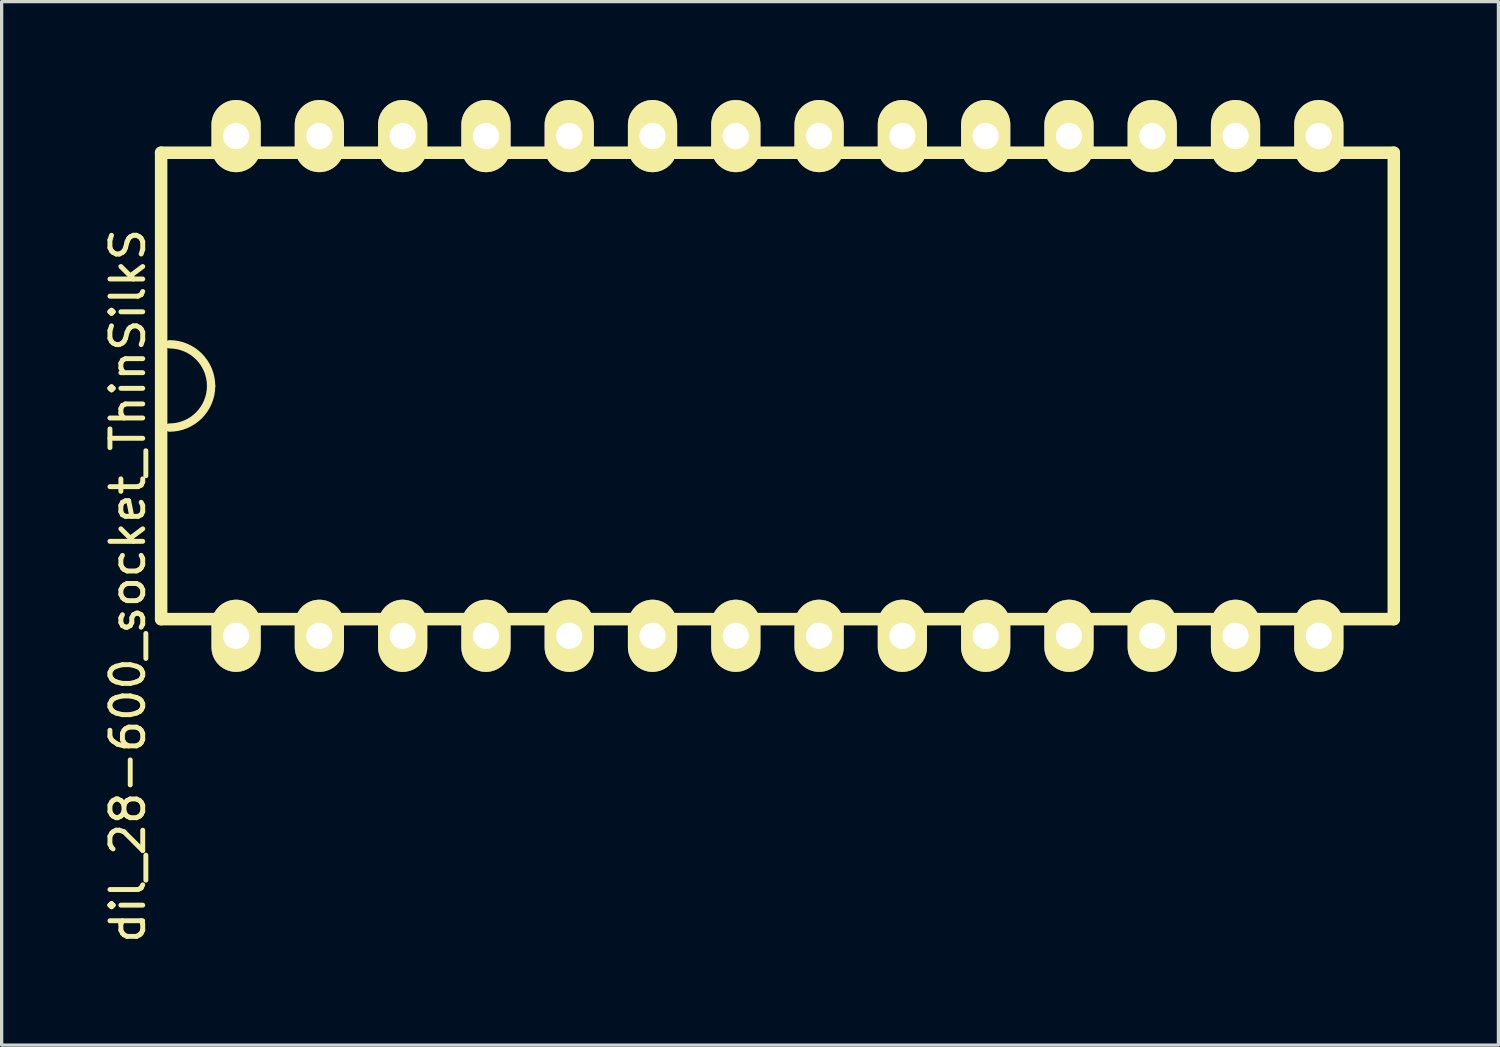
<source format=kicad_pcb>
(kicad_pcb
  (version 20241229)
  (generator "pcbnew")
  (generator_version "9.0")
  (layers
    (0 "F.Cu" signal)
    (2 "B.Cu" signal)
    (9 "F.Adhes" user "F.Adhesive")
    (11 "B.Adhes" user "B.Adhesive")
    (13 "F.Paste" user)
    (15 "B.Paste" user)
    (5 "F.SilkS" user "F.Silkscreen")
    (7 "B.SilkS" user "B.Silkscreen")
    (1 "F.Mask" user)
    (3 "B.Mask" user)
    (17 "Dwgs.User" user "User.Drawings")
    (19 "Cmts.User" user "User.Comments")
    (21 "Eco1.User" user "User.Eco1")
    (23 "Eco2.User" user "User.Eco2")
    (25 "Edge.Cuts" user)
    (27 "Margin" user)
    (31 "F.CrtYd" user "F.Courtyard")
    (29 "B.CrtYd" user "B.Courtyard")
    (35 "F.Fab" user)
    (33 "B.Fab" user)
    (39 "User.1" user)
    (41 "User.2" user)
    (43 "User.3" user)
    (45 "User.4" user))
  (footprint "dil_28-600_socket_ThinSilkS"
    (layer "F.Cu")
    (at 20.66 8.72)
    (property "Reference" "dil_28-600_socket_ThinSilkS" (at -19.812 6.096 90) (layer "F.SilkS") (effects (font (size 1 1) (thickness 0.15))))
    (attr through_hole)
    (fp_line (start -18.796 -7.112) (end -18.796 7.112) (stroke (width 0.381) (type solid)) (layer "F.SilkS"))
    (fp_line (start 18.796 -7.112) (end -18.796 -7.112) (stroke (width 0.381) (type solid)) (layer "F.SilkS"))
    (fp_line (start 18.796 7.112) (end -18.796 7.112) (stroke (width 0.381) (type solid)) (layer "F.SilkS"))
    (fp_line (start 18.796 7.112) (end 18.796 -7.112) (stroke (width 0.381) (type solid)) (layer "F.SilkS"))
    (fp_arc (start -18.542 -1.27) (mid -17.643974 -0.898026) (end -17.272 0) (stroke (width 0.254) (type solid)) (layer "F.SilkS"))
    (fp_arc (start -17.272 0) (mid -17.643974 0.898026) (end -18.542 1.27) (stroke (width 0.254) (type solid)) (layer "F.SilkS"))
    (pad "1" thru_hole oval (at -16.51 7.62) (size 1.501 2.2) (drill 0.8) (layers "*.Cu" "*.Mask" "F.SilkS"))
    (pad "2" thru_hole oval (at -13.97 7.62) (size 1.501 2.2) (drill 0.8) (layers "*.Cu" "*.Mask" "F.SilkS"))
    (pad "3" thru_hole oval (at -11.43 7.62) (size 1.501 2.2) (drill 0.8) (layers "*.Cu" "*.Mask" "F.SilkS"))
    (pad "4" thru_hole oval (at -8.89 7.62) (size 1.501 2.2) (drill 0.8) (layers "*.Cu" "*.Mask" "F.SilkS"))
    (pad "5" thru_hole oval (at -6.35 7.62) (size 1.501 2.2) (drill 0.8) (layers "*.Cu" "*.Mask" "F.SilkS"))
    (pad "6" thru_hole oval (at -3.81 7.62) (size 1.501 2.2) (drill 0.8) (layers "*.Cu" "*.Mask" "F.SilkS"))
    (pad "7" thru_hole oval (at -1.27 7.62) (size 1.501 2.2) (drill 0.8) (layers "*.Cu" "*.Mask" "F.SilkS"))
    (pad "8" thru_hole oval (at 1.27 7.62) (size 1.501 2.2) (drill 0.8) (layers "*.Cu" "*.Mask" "F.SilkS"))
    (pad "9" thru_hole oval (at 3.81 7.62) (size 1.501 2.2) (drill 0.8) (layers "*.Cu" "*.Mask" "F.SilkS"))
    (pad "10" thru_hole oval (at 6.35 7.62) (size 1.501 2.2) (drill 0.8) (layers "*.Cu" "*.Mask" "F.SilkS"))
    (pad "11" thru_hole oval (at 8.89 7.62) (size 1.501 2.2) (drill 0.8) (layers "*.Cu" "*.Mask" "F.SilkS"))
    (pad "12" thru_hole oval (at 11.43 7.62) (size 1.501 2.2) (drill 0.8) (layers "*.Cu" "*.Mask" "F.SilkS"))
    (pad "13" thru_hole oval (at 13.97 7.62) (size 1.501 2.2) (drill 0.8) (layers "*.Cu" "*.Mask" "F.SilkS"))
    (pad "14" thru_hole oval (at 16.51 7.62) (size 1.501 2.2) (drill 0.8) (layers "*.Cu" "*.Mask" "F.SilkS"))
    (pad "15" thru_hole oval (at 16.51 -7.62) (size 1.501 2.2) (drill 0.8) (layers "*.Cu" "*.Mask" "F.SilkS"))
    (pad "16" thru_hole oval (at 13.97 -7.62) (size 1.501 2.2) (drill 0.8) (layers "*.Cu" "*.Mask" "F.SilkS"))
    (pad "17" thru_hole oval (at 11.43 -7.62) (size 1.501 2.2) (drill 0.8) (layers "*.Cu" "*.Mask" "F.SilkS"))
    (pad "18" thru_hole oval (at 8.89 -7.62) (size 1.501 2.2) (drill 0.8) (layers "*.Cu" "*.Mask" "F.SilkS"))
    (pad "19" thru_hole oval (at 6.35 -7.62) (size 1.501 2.2) (drill 0.8) (layers "*.Cu" "*.Mask" "F.SilkS"))
    (pad "20" thru_hole oval (at 3.81 -7.62) (size 1.501 2.2) (drill 0.8) (layers "*.Cu" "*.Mask" "F.SilkS"))
    (pad "21" thru_hole oval (at 1.27 -7.62) (size 1.501 2.2) (drill 0.8) (layers "*.Cu" "*.Mask" "F.SilkS"))
    (pad "22" thru_hole oval (at -1.27 -7.62) (size 1.501 2.2) (drill 0.8) (layers "*.Cu" "*.Mask" "F.SilkS"))
    (pad "23" thru_hole oval (at -3.81 -7.62) (size 1.501 2.2) (drill 0.8) (layers "*.Cu" "*.Mask" "F.SilkS"))
    (pad "24" thru_hole oval (at -6.35 -7.62) (size 1.501 2.2) (drill 0.8) (layers "*.Cu" "*.Mask" "F.SilkS"))
    (pad "25" thru_hole oval (at -8.89 -7.62) (size 1.501 2.2) (drill 0.8) (layers "*.Cu" "*.Mask" "F.SilkS"))
    (pad "26" thru_hole oval (at -11.43 -7.62) (size 1.501 2.2) (drill 0.8) (layers "*.Cu" "*.Mask" "F.SilkS"))
    (pad "27" thru_hole oval (at -13.97 -7.62) (size 1.501 2.2) (drill 0.8) (layers "*.Cu" "*.Mask" "F.SilkS"))
    (pad "28" thru_hole oval (at -16.51 -7.62) (size 1.501 2.2) (drill 0.8) (layers "*.Cu" "*.Mask" "F.SilkS")))
  (gr_rect
    (start -3 -3)
    (end 42.647 28.822)
    (stroke (width 0.1) (type default))
    (fill no)
    (layer "Edge.Cuts")))
</source>
